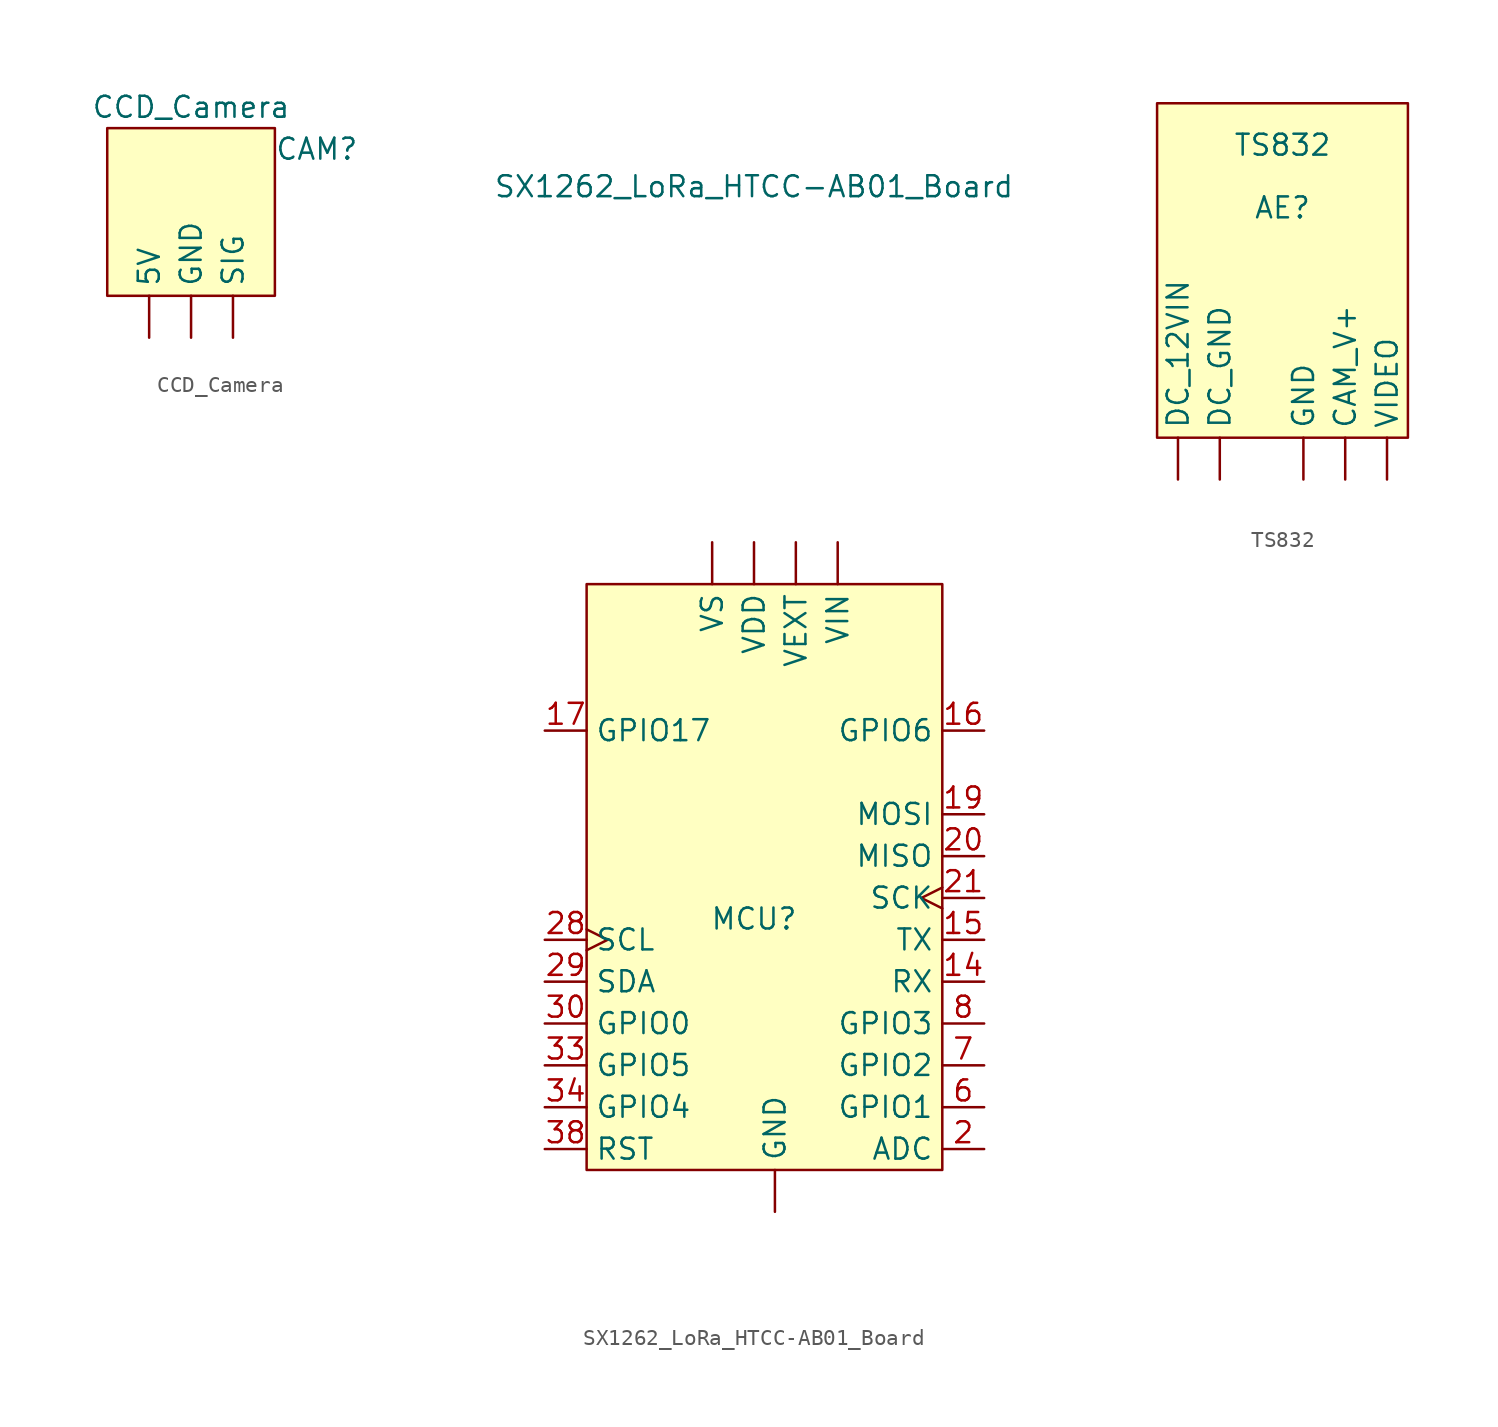
<source format=kicad_sym>
(kicad_symbol_lib
  (version 20211014)
  (generator kicad_symbol_editor)
  (symbol "CCD_Camera"
    (property "Reference" "CAM"
      (at 7.62 3.81 0)
      (effects (font (size 1.27 1.27))))
    (property "Value" "CCD_Camera"
      (at 0 6.35 0)
      (effects (font (size 1.27 1.27))))
    (symbol "CCD_Camera_0_1"
      (rectangle (start -5.08 5.08) (end 5.08 -5.08) (stroke (width 0) (type default) (color 0 0 0 0)) (fill (type background))))
    (symbol "CCD_Camera_1_1"
      (pin power_out line (at -2.54 -7.62 90) (length 2.54) (name "5V" (effects (font (size 1.27 1.27)))) (number "" (effects (font (size 1.27 1.27)))))
      (pin power_in line (at 0 -7.62 90) (length 2.54) (name "GND" (effects (font (size 1.27 1.27)))) (number "" (effects (font (size 1.27 1.27)))))
      (pin output line (at 2.54 -7.62 90) (length 2.54) (name "SIG" (effects (font (size 1.27 1.27)))) (number "" (effects (font (size 1.27 1.27)))))))
  (symbol "SX1262_LoRa_HTCC-AB01_Board"
    (property "Reference" "MCU"
      (at -1.27 -2.54 0)
      (effects (font (size 1.27 1.27))))
    (property "Value" "SX1262_LoRa_HTCC-AB01_Board"
      (at -1.27 41.91 0)
      (effects (font (size 1.27 1.27))))
    (symbol "SX1262_LoRa_HTCC-AB01_Board_0_1"
      (rectangle (start -11.43 17.78) (end 10.16 -17.78) (stroke (width 0) (type default) (color 0 0 0 0)) (fill (type background))))
    (symbol "SX1262_LoRa_HTCC-AB01_Board_1_1"
      (pin power_in line (at 0 -20.32 90) (length 2.54) (name "GND" (effects (font (size 1.27 1.27)))) (number "" (effects (font (size 1.27 1.27)))))
      (pin power_out line (at -1.27 20.32 270) (length 2.54) (name "VDD" (effects (font (size 1.27 1.27)))) (number "" (effects (font (size 1.27 1.27)))))
      (pin unspecified line (at 1.27 20.32 270) (length 2.54) (name "VEXT" (effects (font (size 1.27 1.27)))) (number "" (effects (font (size 1.27 1.27)))))
      (pin bidirectional line (at 3.81 20.32 270) (length 2.54) (name "VIN" (effects (font (size 1.27 1.27)))) (number "" (effects (font (size 1.27 1.27)))))
      (pin power_in line (at -3.81 20.32 270) (length 2.54) (name "VS" (effects (font (size 1.27 1.27)))) (number "" (effects (font (size 1.27 1.27)))))
      (pin input line (at 12.7 -6.35 180) (length 2.54) (name "RX" (effects (font (size 1.27 1.27)))) (number "14" (effects (font (size 1.27 1.27)))))
      (pin output line (at 12.7 -3.81 180) (length 2.54) (name "TX" (effects (font (size 1.27 1.27)))) (number "15" (effects (font (size 1.27 1.27)))))
      (pin bidirectional line (at 12.7 8.89 180) (length 2.54) (name "GPIO6" (effects (font (size 1.27 1.27)))) (number "16" (effects (font (size 1.27 1.27)))))
      (pin bidirectional line (at -13.97 8.89 0) (length 2.54) (name "GPIO17" (effects (font (size 1.27 1.27)))) (number "17" (effects (font (size 1.27 1.27)))))
      (pin output line (at 12.7 3.81 180) (length 2.54) (name "MOSI" (effects (font (size 1.27 1.27)))) (number "19" (effects (font (size 1.27 1.27)))))
      (pin bidirectional line (at 12.7 -16.51 180) (length 2.54) (name "ADC" (effects (font (size 1.27 1.27)))) (number "2" (effects (font (size 1.27 1.27)))))
      (pin input line (at 12.7 1.27 180) (length 2.54) (name "MISO" (effects (font (size 1.27 1.27)))) (number "20" (effects (font (size 1.27 1.27)))))
      (pin output clock (at 12.7 -1.27 180) (length 2.54) (name "SCK" (effects (font (size 1.27 1.27)))) (number "21" (effects (font (size 1.27 1.27)))))
      (pin output clock (at -13.97 -3.81 0) (length 2.54) (name "SCL" (effects (font (size 1.27 1.27)))) (number "28" (effects (font (size 1.27 1.27)))))
      (pin bidirectional line (at -13.97 -6.35 0) (length 2.54) (name "SDA" (effects (font (size 1.27 1.27)))) (number "29" (effects (font (size 1.27 1.27)))))
      (pin bidirectional line (at -13.97 -8.89 0) (length 2.54) (name "GPIO0" (effects (font (size 1.27 1.27)))) (number "30" (effects (font (size 1.27 1.27)))))
      (pin bidirectional line (at -13.97 -11.43 0) (length 2.54) (name "GPIO5" (effects (font (size 1.27 1.27)))) (number "33" (effects (font (size 1.27 1.27)))))
      (pin bidirectional line (at -13.97 -13.97 0) (length 2.54) (name "GPIO4" (effects (font (size 1.27 1.27)))) (number "34" (effects (font (size 1.27 1.27)))))
      (pin open_collector line (at -13.97 -16.51 0) (length 2.54) (name "RST" (effects (font (size 1.27 1.27)))) (number "38" (effects (font (size 1.27 1.27)))))
      (pin bidirectional line (at 12.7 -13.97 180) (length 2.54) (name "GPIO1" (effects (font (size 1.27 1.27)))) (number "6" (effects (font (size 1.27 1.27)))))
      (pin bidirectional line (at 12.7 -11.43 180) (length 2.54) (name "GPIO2" (effects (font (size 1.27 1.27)))) (number "7" (effects (font (size 1.27 1.27)))))
      (pin bidirectional line (at 12.7 -8.89 180) (length 2.54) (name "GPIO3" (effects (font (size 1.27 1.27)))) (number "8" (effects (font (size 1.27 1.27)))))))
  (symbol "TS832"
    (property "Reference" "AE"
      (at 0 3.81 0)
      (effects (font (size 1.27 1.27))))
    (property "Value" "TS832"
      (at 0 7.62 0)
      (effects (font (size 1.27 1.27))))
    (symbol "TS832_0_1"
      (rectangle (start 7.62 10.16) (end -7.62 -10.16) (stroke (width 0) (type default) (color 0 0 0 0)) (fill (type background))))
    (symbol "TS832_1_1"
      (pin power_out line (at 3.81 -12.7 90) (length 2.54) (name "CAM_V+" (effects (font (size 1.27 1.27)))) (number "" (effects (font (size 1.27 1.27)))))
      (pin power_in line (at -6.35 -12.7 90) (length 2.54) (name "DC_12VIN" (effects (font (size 1.27 1.27)))) (number "" (effects (font (size 1.27 1.27)))))
      (pin power_out line (at -3.81 -12.7 90) (length 2.54) (name "DC_GND" (effects (font (size 1.27 1.27)))) (number "" (effects (font (size 1.27 1.27)))))
      (pin power_in line (at 1.27 -12.7 90) (length 2.54) (name "GND" (effects (font (size 1.27 1.27)))) (number "" (effects (font (size 1.27 1.27)))))
      (pin output line (at 6.35 -12.7 90) (length 2.54) (name "VIDEO" (effects (font (size 1.27 1.27)))) (number "" (effects (font (size 1.27 1.27))))))))
</source>
